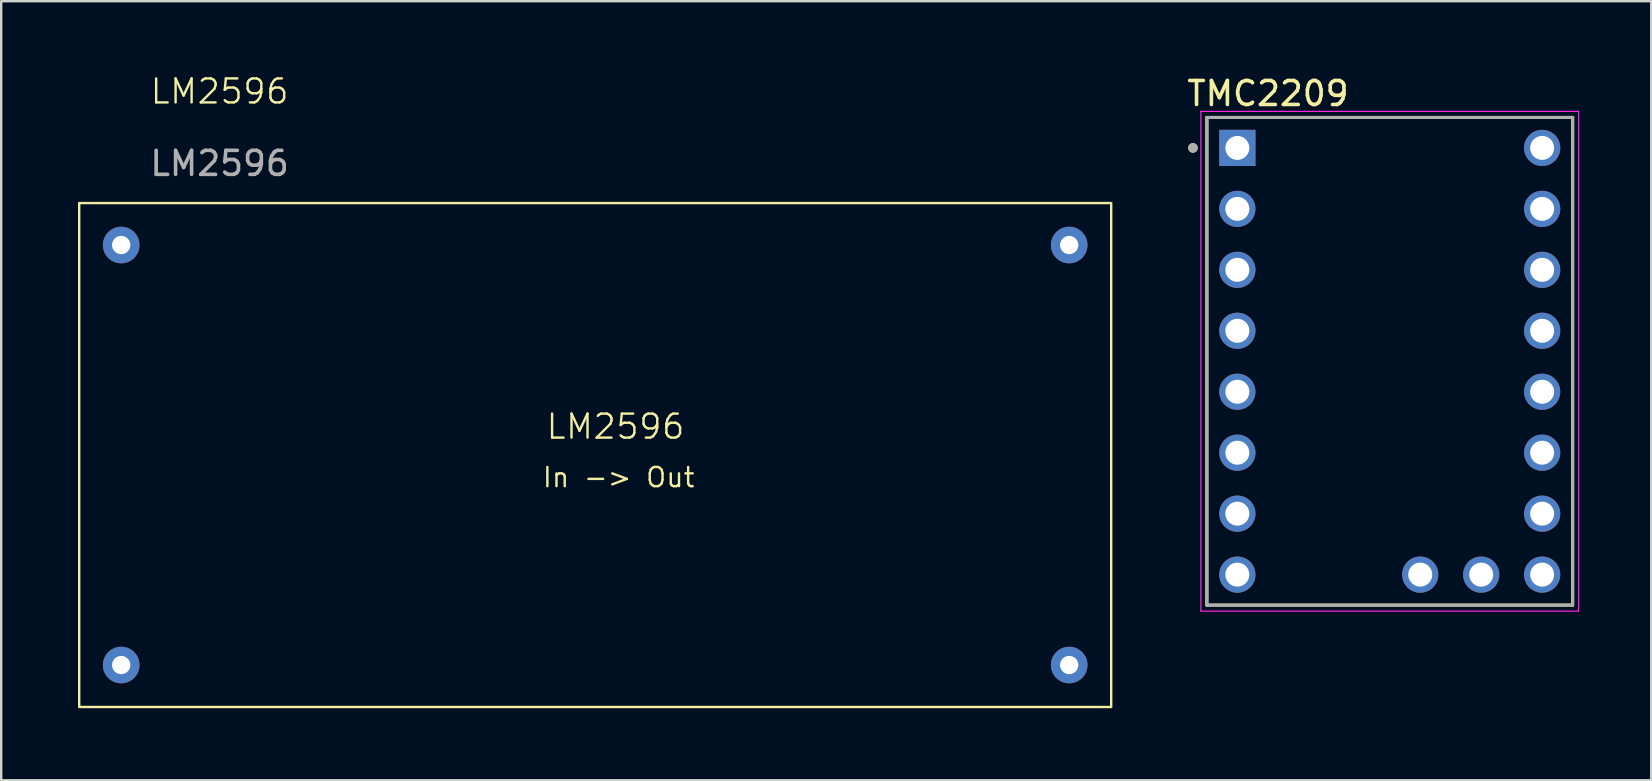
<source format=kicad_pcb>
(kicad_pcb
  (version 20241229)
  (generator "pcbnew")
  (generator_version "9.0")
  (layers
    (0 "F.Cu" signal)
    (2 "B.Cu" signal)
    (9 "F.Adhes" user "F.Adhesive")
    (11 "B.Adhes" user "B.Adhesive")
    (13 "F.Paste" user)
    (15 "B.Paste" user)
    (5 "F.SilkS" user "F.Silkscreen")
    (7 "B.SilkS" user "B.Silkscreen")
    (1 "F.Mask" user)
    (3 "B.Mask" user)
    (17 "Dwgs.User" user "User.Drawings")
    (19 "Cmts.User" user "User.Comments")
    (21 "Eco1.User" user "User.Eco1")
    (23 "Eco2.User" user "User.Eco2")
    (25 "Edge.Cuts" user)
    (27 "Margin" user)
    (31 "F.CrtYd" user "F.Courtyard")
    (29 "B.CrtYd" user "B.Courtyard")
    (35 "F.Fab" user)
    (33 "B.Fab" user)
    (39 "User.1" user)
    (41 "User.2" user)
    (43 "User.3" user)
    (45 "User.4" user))
  (footprint "TMC2209"
    (layer "F.Cu")
    (at 54.857 12.003)
    (property "Reference" "TMC2209" (at -5.075 -11.155 0) (layer "F.SilkS") (effects (font (size 1 1) (thickness 0.15))))
    (attr through_hole)
    (fp_line (start -7.62 -10.16) (end 7.62 -10.16) (stroke (width 0.127) (type solid)) (layer "F.SilkS"))
    (fp_line (start -7.62 10.16) (end -7.62 -10.16) (stroke (width 0.127) (type solid)) (layer "F.SilkS"))
    (fp_line (start 7.62 -10.16) (end 7.62 10.16) (stroke (width 0.127) (type solid)) (layer "F.SilkS"))
    (fp_line (start 7.62 10.16) (end -7.62 10.16) (stroke (width 0.127) (type solid)) (layer "F.SilkS"))
    (fp_circle (center -8.2 -8.89) (end -8.1 -8.89) (stroke (width 0.2) (type solid)) (fill no) (layer "F.SilkS"))
    (fp_line (start -7.87 -10.41) (end 7.87 -10.41) (stroke (width 0.05) (type solid)) (layer "F.CrtYd"))
    (fp_line (start -7.87 10.41) (end -7.87 -10.41) (stroke (width 0.05) (type solid)) (layer "F.CrtYd"))
    (fp_line (start 7.87 -10.41) (end 7.87 10.41) (stroke (width 0.05) (type solid)) (layer "F.CrtYd"))
    (fp_line (start 7.87 10.41) (end -7.87 10.41) (stroke (width 0.05) (type solid)) (layer "F.CrtYd"))
    (fp_line (start -7.62 -10.16) (end 7.62 -10.16) (stroke (width 0.127) (type solid)) (layer "F.Fab"))
    (fp_line (start -7.62 10.16) (end -7.62 -10.16) (stroke (width 0.127) (type solid)) (layer "F.Fab"))
    (fp_line (start 7.62 -10.16) (end 7.62 10.16) (stroke (width 0.127) (type solid)) (layer "F.Fab"))
    (fp_line (start 7.62 10.16) (end -7.62 10.16) (stroke (width 0.127) (type solid)) (layer "F.Fab"))
    (fp_circle (center -8.2 -8.89) (end -8.1 -8.89) (stroke (width 0.2) (type solid)) (fill no) (layer "F.Fab"))
    (pad "1" thru_hole circle (at 6.35 8.89) (size 1.508 1.508) (drill 1) (layers "*.Cu" "*.Mask"))
    (pad "2" thru_hole circle (at 6.35 6.35) (size 1.508 1.508) (drill 1) (layers "*.Cu" "*.Mask"))
    (pad "3" thru_hole circle (at 6.35 3.81) (size 1.508 1.508) (drill 1) (layers "*.Cu" "*.Mask"))
    (pad "4" thru_hole circle (at 6.35 1.27) (size 1.508 1.508) (drill 1) (layers "*.Cu" "*.Mask"))
    (pad "5" thru_hole circle (at 6.35 -1.27) (size 1.508 1.508) (drill 1) (layers "*.Cu" "*.Mask"))
    (pad "6" thru_hole circle (at 6.35 -3.81) (size 1.508 1.508) (drill 1) (layers "*.Cu" "*.Mask"))
    (pad "7" thru_hole circle (at 6.35 -6.35) (size 1.508 1.508) (drill 1) (layers "*.Cu" "*.Mask"))
    (pad "8" thru_hole circle (at 6.35 -8.89) (size 1.508 1.508) (drill 1) (layers "*.Cu" "*.Mask"))
    (pad "9" thru_hole circle (at -6.35 8.89) (size 1.508 1.508) (drill 1) (layers "*.Cu" "*.Mask"))
    (pad "10" thru_hole circle (at -6.35 6.35) (size 1.508 1.508) (drill 1) (layers "*.Cu" "*.Mask"))
    (pad "11" thru_hole circle (at -6.35 3.81) (size 1.508 1.508) (drill 1) (layers "*.Cu" "*.Mask"))
    (pad "12" thru_hole circle (at -6.35 1.27) (size 1.508 1.508) (drill 1) (layers "*.Cu" "*.Mask"))
    (pad "13" thru_hole circle (at -6.35 -1.27) (size 1.508 1.508) (drill 1) (layers "*.Cu" "*.Mask"))
    (pad "14" thru_hole circle (at -6.35 -3.81) (size 1.508 1.508) (drill 1) (layers "*.Cu" "*.Mask"))
    (pad "15" thru_hole circle (at -6.35 -6.35) (size 1.508 1.508) (drill 1) (layers "*.Cu" "*.Mask"))
    (pad "16" thru_hole rect (at -6.35 -8.89) (size 1.508 1.508) (drill 1) (layers "*.Cu" "*.Mask"))
    (pad "17" thru_hole circle (at 3.81 8.89) (size 1.508 1.508) (drill 1) (layers "*.Cu" "*.Mask"))
    (pad "18" thru_hole circle (at 1.27 8.89) (size 1.508 1.508) (drill 1) (layers "*.Cu" "*.Mask")))
  (footprint "LM2596"
    (layer "F.Cu")
    (at 0.25 5.41)
    (property "Reference" "LM2596" (at 5.85 -4.65 0) (unlocked yes) (layer "F.SilkS") (effects (font (size 1 1) (thickness 0.1))))
    (attr through_hole)
    (fp_rect (start 0 0) (end 43 21) (stroke (width 0.1) (type default)) (fill no) (layer "F.SilkS"))
    (fp_text user "In -> Out" (at 19.25 11.9 0) (unlocked yes) (layer "F.SilkS") (effects (font (size 0.8 0.8) (thickness 0.1)) (justify left bottom)))
    (fp_text user "LM2596" (at 19.4 9.9 0) (unlocked yes) (layer "F.SilkS") (effects (font (size 1 1) (thickness 0.1)) (justify left bottom)))
    (fp_text user "${REFERENCE}" (at 5.85 -1.65 0) (unlocked yes) (layer "F.Fab") (effects (font (size 1 1) (thickness 0.15))))
    (pad "1" thru_hole circle (at 1.75 19.25) (size 1.524 1.524) (drill 0.762) (layers "*.Cu" "*.Mask"))
    (pad "2" thru_hole circle (at 1.75 1.75) (size 1.524 1.524) (drill 0.762) (layers "*.Cu" "*.Mask"))
    (pad "3" thru_hole circle (at 41.25 19.25) (size 1.524 1.524) (drill 0.762) (layers "*.Cu" "*.Mask"))
    (pad "4" thru_hole circle (at 41.25 1.75) (size 1.524 1.524) (drill 0.762) (layers "*.Cu" "*.Mask")))
  (gr_rect
    (start -3 -3)
    (end 65.752 29.46)
    (stroke (width 0.1) (type default))
    (fill no)
    (layer "Edge.Cuts")))
</source>
